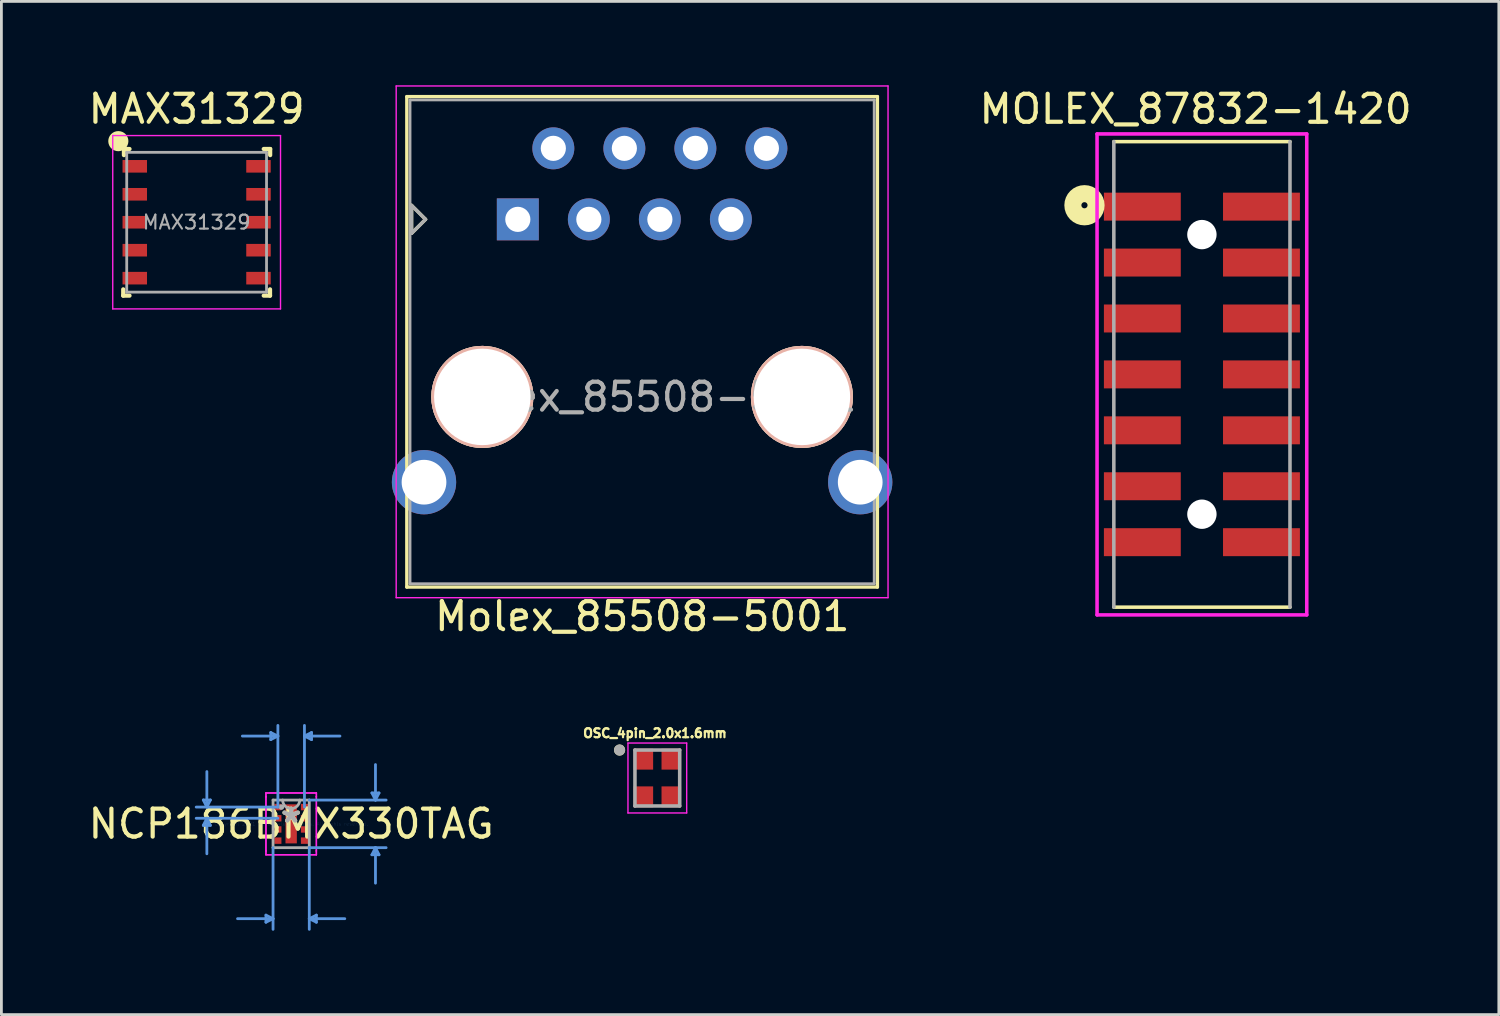
<source format=kicad_pcb>
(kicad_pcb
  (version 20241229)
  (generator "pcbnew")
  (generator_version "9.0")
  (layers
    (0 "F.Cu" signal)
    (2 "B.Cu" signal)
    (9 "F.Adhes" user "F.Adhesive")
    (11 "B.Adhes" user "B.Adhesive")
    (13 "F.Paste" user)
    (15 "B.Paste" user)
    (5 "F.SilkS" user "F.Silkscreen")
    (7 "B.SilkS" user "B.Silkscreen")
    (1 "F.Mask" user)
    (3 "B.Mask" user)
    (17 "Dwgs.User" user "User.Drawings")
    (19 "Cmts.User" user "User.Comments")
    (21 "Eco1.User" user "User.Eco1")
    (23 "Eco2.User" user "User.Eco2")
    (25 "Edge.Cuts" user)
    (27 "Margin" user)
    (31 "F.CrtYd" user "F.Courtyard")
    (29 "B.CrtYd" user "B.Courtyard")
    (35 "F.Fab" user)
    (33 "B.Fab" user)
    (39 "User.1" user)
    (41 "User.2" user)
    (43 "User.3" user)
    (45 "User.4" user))
  (footprint "Molex_85508-5001"
    (layer "F.Cu")
    (at 15.469 4.795)
    (property "Reference" "Molex_85508-5001" (at 4.45 14.2 0) (layer "F.SilkS") (effects (font (size 1 1) (thickness 0.15))))
    (attr through_hole)
    (fp_line (start -3.97 -4.39) (end -3.97 13.15) (stroke (width 0.12) (type solid)) (layer "F.SilkS"))
    (fp_line (start -3.8 -0.5) (end -3.8 0.5) (stroke (width 0.12) (type solid)) (layer "F.SilkS"))
    (fp_line (start -3.8 0.5) (end -3.3 0) (stroke (width 0.12) (type solid)) (layer "F.SilkS"))
    (fp_line (start -3.3 0) (end -3.8 -0.5) (stroke (width 0.12) (type solid)) (layer "F.SilkS"))
    (fp_line (start 12.86 -4.39) (end -3.97 -4.39) (stroke (width 0.12) (type solid)) (layer "F.SilkS"))
    (fp_line (start 12.86 -4.39) (end 12.86 13.15) (stroke (width 0.12) (type solid)) (layer "F.SilkS"))
    (fp_line (start 12.86 13.15) (end -3.97 13.15) (stroke (width 0.12) (type solid)) (layer "F.SilkS"))
    (fp_line (start -4.35 -4.77) (end -4.35 13.53) (stroke (width 0.05) (type solid)) (layer "F.CrtYd"))
    (fp_line (start -4.35 -4.77) (end 13.24 -4.77) (stroke (width 0.05) (type solid)) (layer "F.CrtYd"))
    (fp_line (start -4.35 13.53) (end 13.24 13.53) (stroke (width 0.05) (type solid)) (layer "F.CrtYd"))
    (fp_line (start 13.24 -4.77) (end 13.24 13.53) (stroke (width 0.05) (type solid)) (layer "F.CrtYd"))
    (fp_line (start -3.855 -4.27) (end -3.855 13.03) (stroke (width 0.1) (type solid)) (layer "F.Fab"))
    (fp_line (start -3.8 -0.5) (end -3.8 0.5) (stroke (width 0.12) (type solid)) (layer "F.Fab"))
    (fp_line (start -3.8 0.5) (end -3.3 0) (stroke (width 0.12) (type solid)) (layer "F.Fab"))
    (fp_line (start -3.3 0) (end -3.8 -0.5) (stroke (width 0.12) (type solid)) (layer "F.Fab"))
    (fp_line (start 12.745 -4.27) (end -3.855 -4.27) (stroke (width 0.1) (type solid)) (layer "F.Fab"))
    (fp_line (start 12.745 -4.27) (end 12.745 13.03) (stroke (width 0.1) (type solid)) (layer "F.Fab"))
    (fp_line (start 12.745 13.03) (end -3.855 13.03) (stroke (width 0.1) (type solid)) (layer "F.Fab"))
    (fp_text user "${REFERENCE}" (at 4.7 6.35 0) (layer "F.Fab") (effects (font (size 1 1) (thickness 0.15))))
    (pad "" np_thru_hole circle (at -1.27 6.35) (size 3.65 3.65) (drill 3.45) (layers "*.Cu" "*.SilkS" "*.Mask"))
    (pad "" np_thru_hole circle (at 10.16 6.35) (size 3.65 3.65) (drill 3.45) (layers "*.Cu" "*.SilkS" "*.Mask"))
    (pad "1" thru_hole rect (at 0 0) (size 1.5 1.5) (drill 0.9) (layers "*.Cu" "*.Mask"))
    (pad "2" thru_hole circle (at 1.27 -2.54) (size 1.5 1.5) (drill 0.9) (layers "*.Cu" "*.Mask"))
    (pad "3" thru_hole circle (at 2.54 0) (size 1.5 1.5) (drill 0.9) (layers "*.Cu" "*.Mask"))
    (pad "4" thru_hole circle (at 3.81 -2.54) (size 1.5 1.5) (drill 0.9) (layers "*.Cu" "*.Mask"))
    (pad "5" thru_hole circle (at 5.08 0) (size 1.5 1.5) (drill 0.9) (layers "*.Cu" "*.Mask"))
    (pad "6" thru_hole circle (at 6.35 -2.54) (size 1.5 1.5) (drill 0.9) (layers "*.Cu" "*.Mask"))
    (pad "7" thru_hole circle (at 7.62 0) (size 1.5 1.5) (drill 0.9) (layers "*.Cu" "*.Mask"))
    (pad "8" thru_hole circle (at 8.89 -2.54) (size 1.5 1.5) (drill 0.9) (layers "*.Cu" "*.Mask"))
    (pad "9" thru_hole circle (at -3.355 9.4) (size 2.3 2.3) (drill 1.6) (layers "*.Cu" "*.Mask"))
    (pad "9" thru_hole circle (at 12.245 9.4) (size 2.3 2.3) (drill 1.6) (layers "*.Cu" "*.Mask")))
  (footprint "MAX31329"
    (layer "F.Cu")
    (at 3.982 4.898)
    (property "Reference" "MAX31329" (at 0 -4.05 0) (layer "F.SilkS") (effects (font (size 1 1) (thickness 0.15))))
    (attr smd)
    (fp_line (start -2.625 2.625) (end -2.625 2.4) (stroke (width 0.15) (type solid)) (layer "F.SilkS"))
    (fp_line (start -2.6 -2.62) (end -2.4 -2.62) (stroke (width 0.15) (type solid)) (layer "F.SilkS"))
    (fp_line (start -2.6 -2.4) (end -2.6 -2.62) (stroke (width 0.15) (type solid)) (layer "F.SilkS"))
    (fp_line (start -2.4 2.625) (end -2.625 2.625) (stroke (width 0.15) (type solid)) (layer "F.SilkS"))
    (fp_line (start 2.4 -2.62) (end 2.63 -2.62) (stroke (width 0.15) (type solid)) (layer "F.SilkS"))
    (fp_line (start 2.4 2.625) (end 2.625 2.625) (stroke (width 0.15) (type solid)) (layer "F.SilkS"))
    (fp_line (start 2.625 2.625) (end 2.625 2.4) (stroke (width 0.15) (type solid)) (layer "F.SilkS"))
    (fp_line (start 2.63 -2.62) (end 2.63 -2.4) (stroke (width 0.15) (type solid)) (layer "F.SilkS"))
    (fp_circle (center -2.8 -2.9) (end -2.8 -2.9) (stroke (width 0.36) (type solid)) (fill no) (layer "F.SilkS"))
    (fp_line (start -3 -3.1) (end 3 -3.1) (stroke (width 0.05) (type solid)) (layer "F.CrtYd"))
    (fp_line (start -3 3.1) (end -3 -3.1) (stroke (width 0.05) (type solid)) (layer "F.CrtYd"))
    (fp_line (start 3 -3.1) (end 3 3.1) (stroke (width 0.05) (type solid)) (layer "F.CrtYd"))
    (fp_line (start 3 3.1) (end -3 3.1) (stroke (width 0.05) (type solid)) (layer "F.CrtYd"))
    (fp_line (start -2.5 -2.5) (end 2.5 -2.5) (stroke (width 0.1) (type solid)) (layer "F.Fab"))
    (fp_line (start -2.5 2.5) (end -2.5 -2.5) (stroke (width 0.1) (type solid)) (layer "F.Fab"))
    (fp_line (start 2.5 -2.5) (end 2.5 2.5) (stroke (width 0.1) (type solid)) (layer "F.Fab"))
    (fp_line (start 2.5 2.5) (end -2.5 2.5) (stroke (width 0.1) (type solid)) (layer "F.Fab"))
    (fp_text user "${REFERENCE}" (at 0 0 0) (layer "F.Fab") (effects (font (size 0.5 0.5) (thickness 0.075))))
    (pad "1" smd rect (at -2.212 -2 90) (size 0.45 0.875) (layers "F.Cu" "F.Mask" "F.Paste"))
    (pad "2" smd rect (at -2.212 -1 90) (size 0.45 0.875) (layers "F.Cu" "F.Mask" "F.Paste"))
    (pad "3" smd rect (at -2.212 0 90) (size 0.45 0.875) (layers "F.Cu" "F.Mask" "F.Paste"))
    (pad "4" smd rect (at -2.212 1 90) (size 0.45 0.875) (layers "F.Cu" "F.Mask" "F.Paste"))
    (pad "5" smd rect (at -2.212 2 90) (size 0.45 0.875) (layers "F.Cu" "F.Mask" "F.Paste"))
    (pad "6" smd rect (at 2.212 2 90) (size 0.45 0.875) (layers "F.Cu" "F.Mask" "F.Paste"))
    (pad "7" smd rect (at 2.212 1 90) (size 0.45 0.875) (layers "F.Cu" "F.Mask" "F.Paste"))
    (pad "8" smd rect (at 2.212 0 90) (size 0.45 0.875) (layers "F.Cu" "F.Mask" "F.Paste"))
    (pad "9" smd rect (at 2.212 -1 90) (size 0.45 0.875) (layers "F.Cu" "F.Mask" "F.Paste"))
    (pad "10" smd rect (at 2.212 -2 90) (size 0.45 0.875) (layers "F.Cu" "F.Mask" "F.Paste")))
  (footprint "OSC_4pin_2.0x1.6mm"
    (layer "F.Cu")
    (at 20.458 24.774)
    (property "Reference" "OSC_4pin_2.0x1.6mm" (at -0.084 -1.603 0) (layer "F.SilkS") (effects (font (size 0.32 0.32) (thickness 0.15))))
    (attr through_hole)
    (fp_circle (center -1.35 -1) (end -1.25 -1) (stroke (width 0.2) (type solid)) (fill no) (layer "F.SilkS"))
    (fp_line (start -1.05 -1.25) (end 1.05 -1.25) (stroke (width 0.05) (type solid)) (layer "F.CrtYd"))
    (fp_line (start -1.05 1.25) (end -1.05 -1.25) (stroke (width 0.05) (type solid)) (layer "F.CrtYd"))
    (fp_line (start 1.05 -1.25) (end 1.05 1.25) (stroke (width 0.05) (type solid)) (layer "F.CrtYd"))
    (fp_line (start 1.05 1.25) (end -1.05 1.25) (stroke (width 0.05) (type solid)) (layer "F.CrtYd"))
    (fp_line (start -0.8 -1) (end 0.8 -1) (stroke (width 0.127) (type solid)) (layer "F.Fab"))
    (fp_line (start -0.8 1) (end -0.8 -1) (stroke (width 0.127) (type solid)) (layer "F.Fab"))
    (fp_line (start 0.8 -1) (end 0.8 1) (stroke (width 0.127) (type solid)) (layer "F.Fab"))
    (fp_line (start 0.8 1) (end -0.8 1) (stroke (width 0.127) (type solid)) (layer "F.Fab"))
    (fp_circle (center -1.35 -1) (end -1.25 -1) (stroke (width 0.2) (type solid)) (fill no) (layer "F.Fab"))
    (pad "1" smd rect (at -0.5 -0.675) (size 0.7 0.75) (layers "F.Cu" "F.Mask" "F.Paste"))
    (pad "2" smd rect (at -0.5 0.675) (size 0.7 0.75) (layers "F.Cu" "F.Mask" "F.Paste"))
    (pad "3" smd rect (at 0.5 0.675) (size 0.7 0.75) (layers "F.Cu" "F.Mask" "F.Paste"))
    (pad "4" smd rect (at 0.5 -0.675) (size 0.7 0.75) (layers "F.Cu" "F.Mask" "F.Paste")))
  (footprint "NCP186BMX330TAG"
    (layer "F.Cu")
    (at 7.363 26.414)
    (property "Reference" "NCP186BMX330TAG" (at 0 0 0) (layer "F.SilkS") (effects (font (size 1 1) (thickness 0.15))))
    (attr through_hole)
    (fp_line (start -3.142 -0.854) (end -2.888 -0.854) (stroke (width 0.1) (type solid)) (layer "Cmts.User"))
    (fp_line (start -3.142 0.054) (end -2.888 0.054) (stroke (width 0.1) (type solid)) (layer "Cmts.User"))
    (fp_line (start -3.015 -0.6) (end -3.142 -0.854) (stroke (width 0.1) (type solid)) (layer "Cmts.User"))
    (fp_line (start -3.015 -0.6) (end -3.015 -1.87) (stroke (width 0.1) (type solid)) (layer "Cmts.User"))
    (fp_line (start -3.015 -0.6) (end -2.888 -0.854) (stroke (width 0.1) (type solid)) (layer "Cmts.User"))
    (fp_line (start -3.015 -0.2) (end -3.142 0.054) (stroke (width 0.1) (type solid)) (layer "Cmts.User"))
    (fp_line (start -3.015 -0.2) (end -3.015 1.07) (stroke (width 0.1) (type solid)) (layer "Cmts.User"))
    (fp_line (start -3.015 -0.2) (end -2.888 0.054) (stroke (width 0.1) (type solid)) (layer "Cmts.User"))
    (fp_line (start -0.902 3.264) (end -0.902 3.518) (stroke (width 0.1) (type solid)) (layer "Cmts.User"))
    (fp_line (start -0.729 -3.267) (end -0.729 -3.013) (stroke (width 0.1) (type solid)) (layer "Cmts.User"))
    (fp_line (start -0.648 0.851) (end -0.648 3.772) (stroke (width 0.1) (type solid)) (layer "Cmts.User"))
    (fp_line (start -0.648 3.391) (end -1.918 3.391) (stroke (width 0.1) (type solid)) (layer "Cmts.User"))
    (fp_line (start -0.648 3.391) (end -0.902 3.264) (stroke (width 0.1) (type solid)) (layer "Cmts.User"))
    (fp_line (start -0.648 3.391) (end -0.902 3.518) (stroke (width 0.1) (type solid)) (layer "Cmts.User"))
    (fp_line (start -0.475 -3.14) (end -1.745 -3.14) (stroke (width 0.1) (type solid)) (layer "Cmts.User"))
    (fp_line (start -0.475 -3.14) (end -0.729 -3.267) (stroke (width 0.1) (type solid)) (layer "Cmts.User"))
    (fp_line (start -0.475 -3.14) (end -0.729 -3.013) (stroke (width 0.1) (type solid)) (layer "Cmts.User"))
    (fp_line (start -0.475 -0.6) (end -3.396 -0.6) (stroke (width 0.1) (type solid)) (layer "Cmts.User"))
    (fp_line (start -0.475 -0.6) (end -0.475 -3.521) (stroke (width 0.1) (type solid)) (layer "Cmts.User"))
    (fp_line (start -0.475 -0.2) (end -3.396 -0.2) (stroke (width 0.1) (type solid)) (layer "Cmts.User"))
    (fp_line (start 0.475 -3.14) (end 0.729 -3.267) (stroke (width 0.1) (type solid)) (layer "Cmts.User"))
    (fp_line (start 0.475 -3.14) (end 0.729 -3.013) (stroke (width 0.1) (type solid)) (layer "Cmts.User"))
    (fp_line (start 0.475 -3.14) (end 1.745 -3.14) (stroke (width 0.1) (type solid)) (layer "Cmts.User"))
    (fp_line (start 0.475 -0.6) (end 0.475 -3.521) (stroke (width 0.1) (type solid)) (layer "Cmts.User"))
    (fp_line (start 0.648 -0.851) (end 3.396 -0.851) (stroke (width 0.1) (type solid)) (layer "Cmts.User"))
    (fp_line (start 0.648 0.851) (end 0.648 3.772) (stroke (width 0.1) (type solid)) (layer "Cmts.User"))
    (fp_line (start 0.648 0.851) (end 3.396 0.851) (stroke (width 0.1) (type solid)) (layer "Cmts.User"))
    (fp_line (start 0.648 3.391) (end 0.902 3.264) (stroke (width 0.1) (type solid)) (layer "Cmts.User"))
    (fp_line (start 0.648 3.391) (end 0.902 3.518) (stroke (width 0.1) (type solid)) (layer "Cmts.User"))
    (fp_line (start 0.648 3.391) (end 1.918 3.391) (stroke (width 0.1) (type solid)) (layer "Cmts.User"))
    (fp_line (start 0.729 -3.267) (end 0.729 -3.013) (stroke (width 0.1) (type solid)) (layer "Cmts.User"))
    (fp_line (start 0.902 3.264) (end 0.902 3.518) (stroke (width 0.1) (type solid)) (layer "Cmts.User"))
    (fp_line (start 2.888 -1.105) (end 3.142 -1.105) (stroke (width 0.1) (type solid)) (layer "Cmts.User"))
    (fp_line (start 2.888 1.105) (end 3.142 1.105) (stroke (width 0.1) (type solid)) (layer "Cmts.User"))
    (fp_line (start 3.015 -0.851) (end 2.888 -1.105) (stroke (width 0.1) (type solid)) (layer "Cmts.User"))
    (fp_line (start 3.015 -0.851) (end 3.015 -2.121) (stroke (width 0.1) (type solid)) (layer "Cmts.User"))
    (fp_line (start 3.015 -0.851) (end 3.142 -1.105) (stroke (width 0.1) (type solid)) (layer "Cmts.User"))
    (fp_line (start 3.015 0.851) (end 2.888 1.105) (stroke (width 0.1) (type solid)) (layer "Cmts.User"))
    (fp_line (start 3.015 0.851) (end 3.015 2.121) (stroke (width 0.1) (type solid)) (layer "Cmts.User"))
    (fp_line (start 3.015 0.851) (end 3.142 1.105) (stroke (width 0.1) (type solid)) (layer "Cmts.User"))
    (fp_line (start -0.902 -1.105) (end 0.902 -1.105) (stroke (width 0.05) (type solid)) (layer "F.CrtYd"))
    (fp_line (start -0.902 -1.105) (end 0.902 -1.105) (stroke (width 0.05) (type solid)) (layer "F.CrtYd"))
    (fp_line (start -0.902 -0.968) (end -0.902 -1.105) (stroke (width 0.05) (type solid)) (layer "F.CrtYd"))
    (fp_line (start -0.902 -0.968) (end -0.902 -1.105) (stroke (width 0.05) (type solid)) (layer "F.CrtYd"))
    (fp_line (start -0.902 -0.968) (end -0.902 -0.968) (stroke (width 0.05) (type solid)) (layer "F.CrtYd"))
    (fp_line (start -0.902 -0.968) (end -0.902 -0.968) (stroke (width 0.05) (type solid)) (layer "F.CrtYd"))
    (fp_line (start -0.902 0.968) (end -0.902 -0.968) (stroke (width 0.05) (type solid)) (layer "F.CrtYd"))
    (fp_line (start -0.902 0.968) (end -0.902 -0.968) (stroke (width 0.05) (type solid)) (layer "F.CrtYd"))
    (fp_line (start -0.902 0.968) (end -0.902 0.968) (stroke (width 0.05) (type solid)) (layer "F.CrtYd"))
    (fp_line (start -0.902 0.968) (end -0.902 0.968) (stroke (width 0.05) (type solid)) (layer "F.CrtYd"))
    (fp_line (start -0.902 1.105) (end -0.902 0.968) (stroke (width 0.05) (type solid)) (layer "F.CrtYd"))
    (fp_line (start -0.902 1.105) (end -0.902 0.968) (stroke (width 0.05) (type solid)) (layer "F.CrtYd"))
    (fp_line (start 0.902 -1.105) (end 0.902 -0.968) (stroke (width 0.05) (type solid)) (layer "F.CrtYd"))
    (fp_line (start 0.902 -1.105) (end 0.902 -0.968) (stroke (width 0.05) (type solid)) (layer "F.CrtYd"))
    (fp_line (start 0.902 -0.968) (end 0.902 -0.968) (stroke (width 0.05) (type solid)) (layer "F.CrtYd"))
    (fp_line (start 0.902 -0.968) (end 0.902 -0.968) (stroke (width 0.05) (type solid)) (layer "F.CrtYd"))
    (fp_line (start 0.902 -0.968) (end 0.902 0.968) (stroke (width 0.05) (type solid)) (layer "F.CrtYd"))
    (fp_line (start 0.902 -0.968) (end 0.902 0.968) (stroke (width 0.05) (type solid)) (layer "F.CrtYd"))
    (fp_line (start 0.902 0.968) (end 0.902 0.968) (stroke (width 0.05) (type solid)) (layer "F.CrtYd"))
    (fp_line (start 0.902 0.968) (end 0.902 0.968) (stroke (width 0.05) (type solid)) (layer "F.CrtYd"))
    (fp_line (start 0.902 0.968) (end 0.902 1.105) (stroke (width 0.05) (type solid)) (layer "F.CrtYd"))
    (fp_line (start 0.902 0.968) (end 0.902 1.105) (stroke (width 0.05) (type solid)) (layer "F.CrtYd"))
    (fp_line (start 0.902 1.105) (end -0.902 1.105) (stroke (width 0.05) (type solid)) (layer "F.CrtYd"))
    (fp_line (start 0.902 1.105) (end -0.902 1.105) (stroke (width 0.05) (type solid)) (layer "F.CrtYd"))
    (fp_line (start -0.648 -0.851) (end -0.648 0.851) (stroke (width 0.1) (type solid)) (layer "F.Fab"))
    (fp_line (start -0.648 0.851) (end 0.648 0.851) (stroke (width 0.1) (type solid)) (layer "F.Fab"))
    (fp_line (start 0.648 -0.851) (end -0.648 -0.851) (stroke (width 0.1) (type solid)) (layer "F.Fab"))
    (fp_line (start 0.648 0.851) (end 0.648 -0.851) (stroke (width 0.1) (type solid)) (layer "F.Fab"))
    (fp_arc (start 0.3048 -0.8509) (mid 0 -0.5461) (end -0.3048 -0.8509) (stroke (width 0.1) (type solid)) (layer "F.Fab"))
    (fp_circle (center -0.348 -0.6) (end -0.348 -0.6) (stroke (width 0.1) (type solid)) (fill no) (layer "F.Fab"))
    (fp_text user "*" (at 0 0 0) (layer "F.SilkS") (effects (font (size 1 1) (thickness 0.15))))
    (fp_text user "Copyright 2021 Accelerated Designs. All rights reserved." (at 0 0 0) (layer "Cmts.User") (effects (font (size 0.127 0.127) (thickness 0.002))))
    (fp_text user "*" (at 0 0 0) (layer "F.Fab") (effects (font (size 1 1) (thickness 0.15))))
    (pad "1" smd rect (at -0.475 -0.6) (size 0.254 0.229) (layers "F.Cu" "F.Mask" "F.Paste"))
    (pad "2" smd rect (at -0.475 -0.2) (size 0.254 0.229) (layers "F.Cu" "F.Mask" "F.Paste"))
    (pad "3" smd rect (at -0.475 0.2) (size 0.254 0.229) (layers "F.Cu" "F.Mask" "F.Paste"))
    (pad "4" smd rect (at -0.475 0.6) (size 0.254 0.229) (layers "F.Cu" "F.Mask" "F.Paste"))
    (pad "5" smd rect (at 0.475 0.6) (size 0.254 0.229) (layers "F.Cu" "F.Mask" "F.Paste"))
    (pad "6" smd rect (at 0.475 0.2) (size 0.254 0.229) (layers "F.Cu" "F.Mask" "F.Paste"))
    (pad "7" smd rect (at 0.475 -0.2) (size 0.254 0.229) (layers "F.Cu" "F.Mask" "F.Paste"))
    (pad "8" smd rect (at 0.475 -0.6) (size 0.254 0.229) (layers "F.Cu" "F.Mask" "F.Paste"))
    (pad "9" smd rect (at 0 0) (size 0.406 1.397) (layers "F.Cu" "F.Mask")))
  (footprint "MOLEX_87832-1420"
    (layer "F.Cu")
    (at 39.934 10.34)
    (property "Reference" "MOLEX_87832-1420" (at -0.225 -9.491 0) (layer "F.SilkS") (effects (font (size 1.001 1.001) (thickness 0.15))))
    (attr through_hole)
    (fp_line (start -3.15 -8.325) (end 3.15 -8.325) (stroke (width 0.127) (type solid)) (layer "F.SilkS"))
    (fp_line (start 3.15 8.325) (end -3.15 8.325) (stroke (width 0.127) (type solid)) (layer "F.SilkS"))
    (fp_circle (center -4.2 -6.05) (end -4.09 -6.05) (stroke (width 0.61) (type solid)) (fill no) (layer "F.SilkS"))
    (fp_line (start -3.75 -8.6) (end 3.75 -8.6) (stroke (width 0.127) (type solid)) (layer "F.CrtYd"))
    (fp_line (start -3.75 8.6) (end -3.75 -8.6) (stroke (width 0.127) (type solid)) (layer "F.CrtYd"))
    (fp_line (start 3.75 -8.6) (end 3.75 8.6) (stroke (width 0.127) (type solid)) (layer "F.CrtYd"))
    (fp_line (start 3.75 8.6) (end -3.75 8.6) (stroke (width 0.127) (type solid)) (layer "F.CrtYd"))
    (fp_line (start -3.15 8.325) (end -3.15 -8.325) (stroke (width 0.127) (type solid)) (layer "F.Fab"))
    (fp_line (start 3.15 -8.325) (end 3.15 8.325) (stroke (width 0.127) (type solid)) (layer "F.Fab"))
    (pad "" np_thru_hole circle (at 0 -5) (size 1.05 1.05) (drill 1.05) (layers "*.Cu" "*.Mask"))
    (pad "" np_thru_hole circle (at 0 5) (size 1.05 1.05) (drill 1.05) (layers "*.Cu" "*.Mask"))
    (pad "1" smd rect (at -2.13 -6 270) (size 1 2.75) (layers "F.Cu" "F.Mask" "F.Paste"))
    (pad "2" smd rect (at 2.13 -6 270) (size 1 2.75) (layers "F.Cu" "F.Mask" "F.Paste"))
    (pad "3" smd rect (at -2.13 -4 270) (size 1 2.75) (layers "F.Cu" "F.Mask" "F.Paste"))
    (pad "4" smd rect (at 2.13 -4 270) (size 1 2.75) (layers "F.Cu" "F.Mask" "F.Paste"))
    (pad "5" smd rect (at -2.13 -2 270) (size 1 2.75) (layers "F.Cu" "F.Mask" "F.Paste"))
    (pad "6" smd rect (at 2.13 -2 270) (size 1 2.75) (layers "F.Cu" "F.Mask" "F.Paste"))
    (pad "7" smd rect (at -2.13 0 270) (size 1 2.75) (layers "F.Cu" "F.Mask" "F.Paste"))
    (pad "8" smd rect (at 2.13 0 270) (size 1 2.75) (layers "F.Cu" "F.Mask" "F.Paste"))
    (pad "9" smd rect (at -2.13 2 270) (size 1 2.75) (layers "F.Cu" "F.Mask" "F.Paste"))
    (pad "10" smd rect (at 2.13 2 270) (size 1 2.75) (layers "F.Cu" "F.Mask" "F.Paste"))
    (pad "11" smd rect (at -2.13 4 270) (size 1 2.75) (layers "F.Cu" "F.Mask" "F.Paste"))
    (pad "12" smd rect (at 2.13 4 270) (size 1 2.75) (layers "F.Cu" "F.Mask" "F.Paste"))
    (pad "13" smd rect (at -2.13 6 270) (size 1 2.75) (layers "F.Cu" "F.Mask" "F.Paste"))
    (pad "14" smd rect (at 2.13 6 270) (size 1 2.75) (layers "F.Cu" "F.Mask" "F.Paste")))
  (gr_rect
    (start -3 -3)
    (end 50.553 33.236)
    (stroke (width 0.1) (type default))
    (fill no)
    (layer "Edge.Cuts")))
</source>
